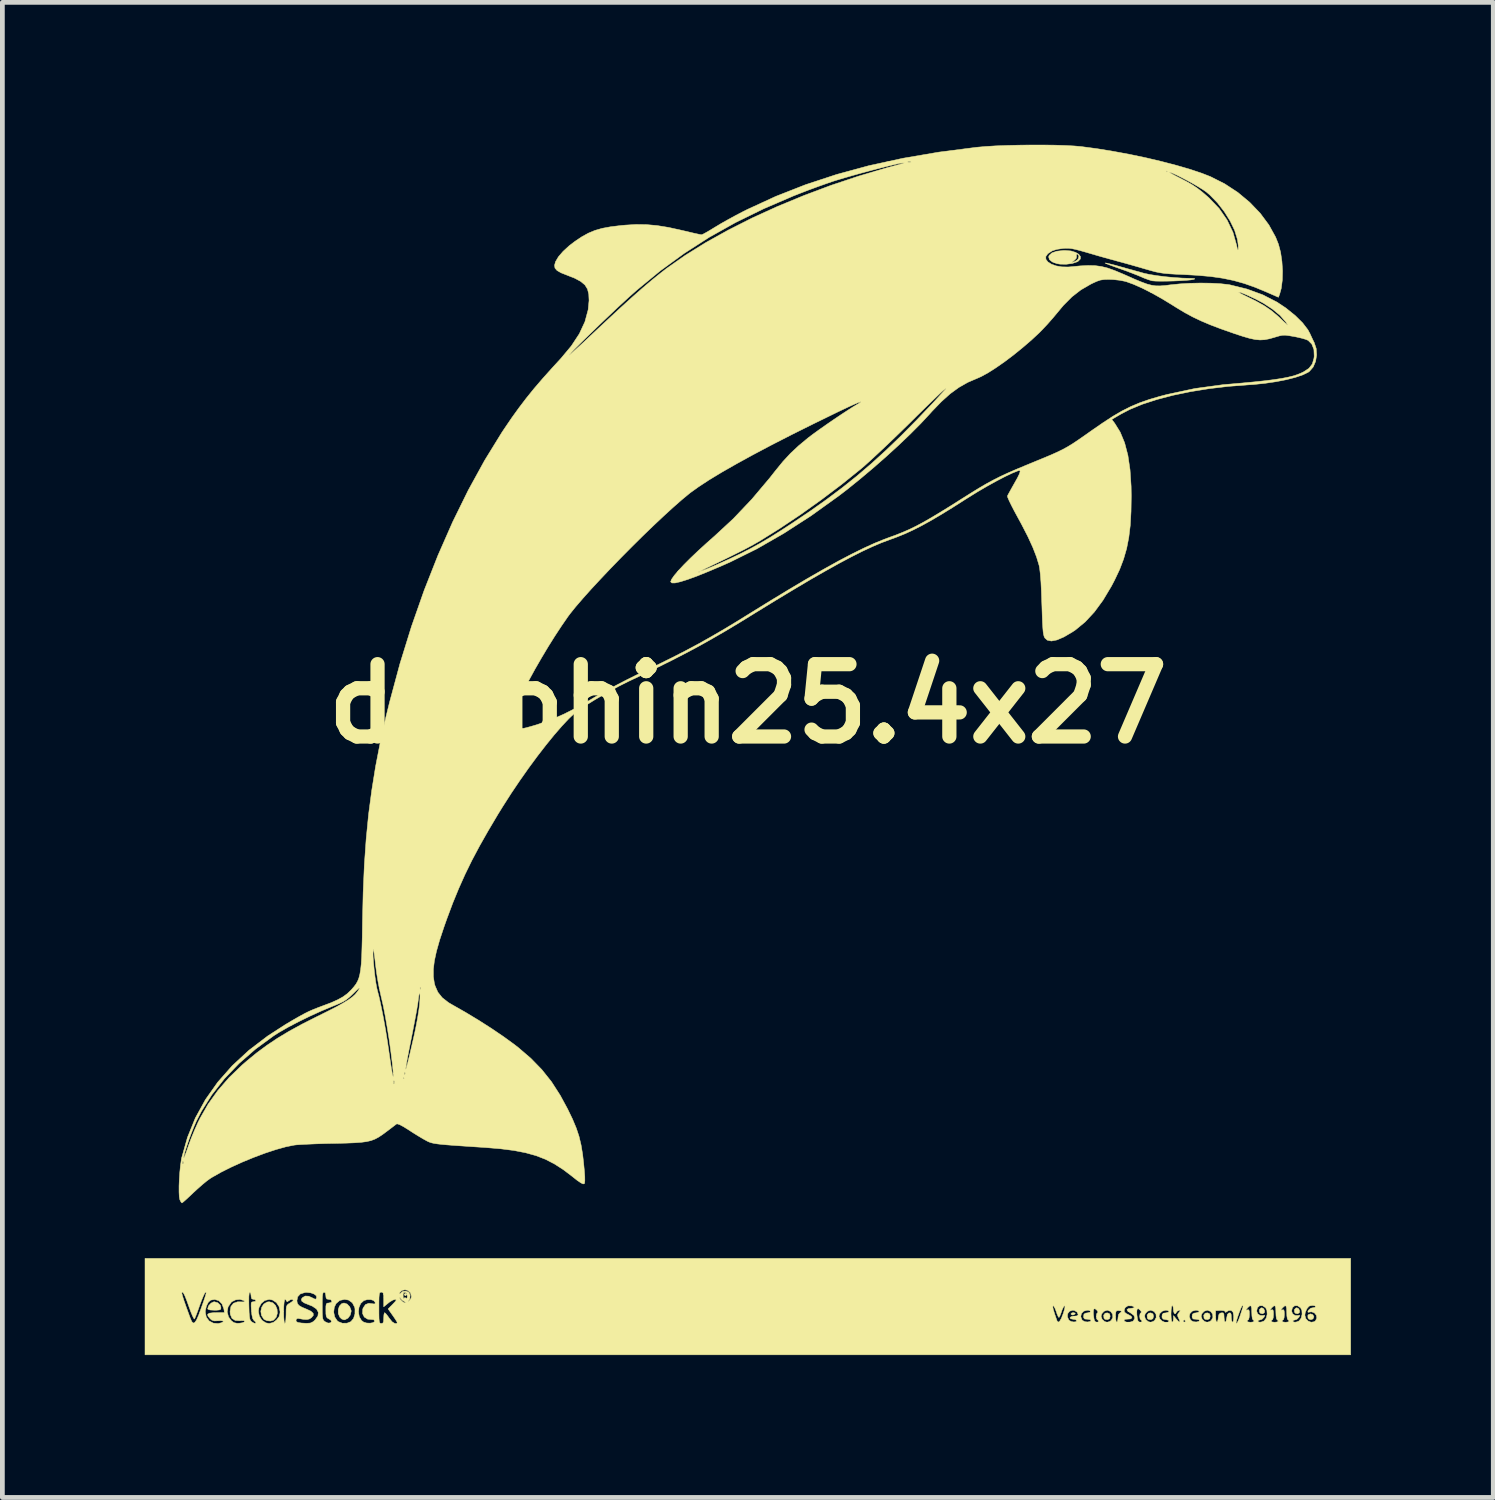
<source format=kicad_pcb>
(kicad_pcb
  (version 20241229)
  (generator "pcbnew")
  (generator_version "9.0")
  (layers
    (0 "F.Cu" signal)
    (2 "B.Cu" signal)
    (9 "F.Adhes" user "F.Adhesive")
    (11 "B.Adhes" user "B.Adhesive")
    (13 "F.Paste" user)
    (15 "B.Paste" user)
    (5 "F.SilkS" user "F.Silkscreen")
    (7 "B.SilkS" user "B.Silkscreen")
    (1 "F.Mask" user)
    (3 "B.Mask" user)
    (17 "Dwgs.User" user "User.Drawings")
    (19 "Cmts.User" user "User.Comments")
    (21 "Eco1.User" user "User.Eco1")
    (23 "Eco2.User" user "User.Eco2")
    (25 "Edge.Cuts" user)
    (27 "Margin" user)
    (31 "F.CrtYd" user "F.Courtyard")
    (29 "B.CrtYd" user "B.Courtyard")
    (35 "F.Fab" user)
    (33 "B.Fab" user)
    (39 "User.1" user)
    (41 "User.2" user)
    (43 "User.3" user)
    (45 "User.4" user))
  (footprint "dolphin25.4x27"
    (layer "F.Cu")
    (at 12.705 11.777)
    (property "Reference" "dolphin25.4x27" (at 0 0 0) (layer "F.SilkS") (effects (font (size 1.524 1.524) (thickness 0.3))))
    (attr through_hole)
    (fp_poly (pts (xy -7.189 12.44) (xy -7.188 12.446) (xy -7.208 12.471) (xy -7.214 12.471) (xy -7.238 12.452) (xy -7.239 12.446) (xy -7.22 12.421) (xy -7.214 12.421) (xy -7.189 12.44)) (stroke (width 0.01) (type solid)) (fill yes) (layer "F.SilkS"))
    (fp_poly (pts (xy 6.895 12.837) (xy 6.896 12.852) (xy 6.859 12.876) (xy 6.844 12.878) (xy 6.811 12.864) (xy 6.807 12.852) (xy 6.829 12.832) (xy 6.859 12.827) (xy 6.895 12.837)) (stroke (width 0.01) (type solid)) (fill yes) (layer "F.SilkS"))
    (fp_poly (pts (xy 7.621 12.853) (xy 7.633 12.903) (xy 7.619 12.956) (xy 7.575 12.975) (xy 7.522 12.966) (xy 7.503 12.943) (xy 7.497 12.88) (xy 7.528 12.839) (xy 7.575 12.832) (xy 7.621 12.853)) (stroke (width 0.01) (type solid)) (fill yes) (layer "F.SilkS"))
    (fp_poly (pts (xy 8.535 12.853) (xy 8.547 12.903) (xy 8.533 12.956) (xy 8.49 12.975) (xy 8.436 12.966) (xy 8.417 12.943) (xy 8.412 12.88) (xy 8.442 12.839) (xy 8.49 12.832) (xy 8.535 12.853)) (stroke (width 0.01) (type solid)) (fill yes) (layer "F.SilkS"))
    (fp_poly (pts (xy 9.729 12.853) (xy 9.741 12.903) (xy 9.727 12.956) (xy 9.684 12.975) (xy 9.63 12.966) (xy 9.611 12.943) (xy 9.605 12.88) (xy 9.636 12.839) (xy 9.684 12.832) (xy 9.729 12.853)) (stroke (width 0.01) (type solid)) (fill yes) (layer "F.SilkS"))
    (fp_poly (pts (xy 10.868 12.746) (xy 10.888 12.791) (xy 10.882 12.829) (xy 10.845 12.851) (xy 10.8 12.841) (xy 10.779 12.816) (xy 10.778 12.762) (xy 10.812 12.729) (xy 10.832 12.725) (xy 10.868 12.746)) (stroke (width 0.01) (type solid)) (fill yes) (layer "F.SilkS"))
    (fp_poly (pts (xy 11.605 12.746) (xy 11.625 12.791) (xy 11.619 12.829) (xy 11.582 12.851) (xy 11.537 12.841) (xy 11.516 12.816) (xy 11.515 12.762) (xy 11.549 12.729) (xy 11.568 12.725) (xy 11.605 12.746)) (stroke (width 0.01) (type solid)) (fill yes) (layer "F.SilkS"))
    (fp_poly (pts (xy 11.901 12.869) (xy 11.925 12.91) (xy 11.925 12.916) (xy 11.906 12.959) (xy 11.863 12.976) (xy 11.819 12.963) (xy 11.801 12.938) (xy 11.798 12.89) (xy 11.807 12.871) (xy 11.854 12.853) (xy 11.901 12.869)) (stroke (width 0.01) (type solid)) (fill yes) (layer "F.SilkS"))
    (fp_poly (pts (xy -11.167 12.619) (xy -11.115 12.671) (xy -11.1 12.727) (xy -11.106 12.756) (xy -11.134 12.77) (xy -11.195 12.776) (xy -11.239 12.776) (xy -11.33 12.771) (xy -11.373 12.756) (xy -11.379 12.744) (xy -11.359 12.682) (xy -11.309 12.627) (xy -11.25 12.599) (xy -11.24 12.598) (xy -11.167 12.619)) (stroke (width 0.01) (type solid)) (fill yes) (layer "F.SilkS"))
    (fp_poly (pts (xy -8.442 12.646) (xy -8.387 12.704) (xy -8.358 12.779) (xy -8.357 12.802) (xy -8.376 12.879) (xy -8.424 12.943) (xy -8.489 12.977) (xy -8.508 12.979) (xy -8.558 12.96) (xy -8.596 12.923) (xy -8.628 12.847) (xy -8.629 12.764) (xy -8.605 12.69) (xy -8.558 12.639) (xy -8.508 12.624) (xy -8.442 12.646)) (stroke (width 0.01) (type solid)) (fill yes) (layer "F.SilkS"))
    (fp_poly (pts (xy -10.007 12.62) (xy -9.951 12.676) (xy -9.918 12.754) (xy -9.912 12.84) (xy -9.935 12.922) (xy -9.991 12.985) (xy -9.992 12.985) (xy -10.056 13.004) (xy -10.133 12.996) (xy -10.194 12.967) (xy -10.196 12.965) (xy -10.246 12.887) (xy -10.26 12.799) (xy -10.242 12.714) (xy -10.197 12.645) (xy -10.127 12.604) (xy -10.084 12.598) (xy -10.007 12.62)) (stroke (width 0.01) (type solid)) (fill yes) (layer "F.SilkS"))
    (fp_poly (pts (xy 6.808 -9.54) (xy 6.903 -9.511) (xy 6.972 -9.47) (xy 7.007 -9.422) (xy 7.005 -9.371) (xy 6.959 -9.323) (xy 6.938 -9.311) (xy 6.836 -9.277) (xy 6.709 -9.26) (xy 6.579 -9.262) (xy 6.512 -9.273) (xy 6.443 -9.298) (xy 6.82 -9.298) (xy 6.878 -9.313) (xy 6.935 -9.345) (xy 6.962 -9.376) (xy 6.975 -9.431) (xy 6.956 -9.468) (xy 6.933 -9.474) (xy 6.921 -9.455) (xy 6.926 -9.433) (xy 6.919 -9.385) (xy 6.881 -9.345) (xy 6.82 -9.298) (xy 6.443 -9.298) (xy 6.414 -9.309) (xy 6.354 -9.358) (xy 6.338 -9.414) (xy 6.347 -9.444) (xy 6.404 -9.498) (xy 6.506 -9.534) (xy 6.647 -9.55) (xy 6.69 -9.55) (xy 6.808 -9.54)) (stroke (width 0.01) (type solid)) (fill yes) (layer "F.SilkS"))
    (fp_poly (pts (xy 7.553 -9.284) (xy 7.619 -9.269) (xy 7.715 -9.245) (xy 7.832 -9.213) (xy 7.863 -9.204) (xy 8.003 -9.165) (xy 8.143 -9.126) (xy 8.266 -9.092) (xy 8.356 -9.067) (xy 8.357 -9.067) (xy 8.472 -9.043) (xy 8.623 -9.019) (xy 8.797 -8.997) (xy 8.979 -8.98) (xy 9.154 -8.968) (xy 9.285 -8.964) (xy 9.373 -8.962) (xy 9.414 -8.957) (xy 9.412 -8.948) (xy 9.391 -8.941) (xy 9.331 -8.93) (xy 9.232 -8.921) (xy 9.107 -8.913) (xy 8.968 -8.907) (xy 8.827 -8.904) (xy 8.697 -8.903) (xy 8.591 -8.905) (xy 8.519 -8.911) (xy 8.509 -8.913) (xy 8.435 -8.936) (xy 8.342 -8.971) (xy 8.28 -8.998) (xy 8.201 -9.031) (xy 8.088 -9.075) (xy 7.958 -9.124) (xy 7.829 -9.17) (xy 7.714 -9.211) (xy 7.619 -9.246) (xy 7.554 -9.272) (xy 7.526 -9.286) (xy 7.526 -9.287) (xy 7.553 -9.284)) (stroke (width 0.01) (type solid)) (fill yes) (layer "F.SilkS"))
    (fp_poly (pts (xy 12.7 13.716) (xy -12.7 13.716) (xy -12.7 12.399) (xy -11.925 12.399) (xy -11.924 12.422) (xy -11.909 12.48) (xy -11.878 12.577) (xy -11.83 12.714) (xy -11.764 12.895) (xy -11.744 12.949) (xy -11.714 13.017) (xy -11.683 13.047) (xy -11.651 13.035) (xy -11.614 12.98) (xy -11.57 12.88) (xy -11.549 12.822) (xy -11.43 12.822) (xy -11.408 12.924) (xy -11.349 13.002) (xy -11.262 13.048) (xy -11.16 13.057) (xy -11.089 13.04) (xy -11.051 13.018) (xy -11.057 13.002) (xy -11.103 12.995) (xy -11.16 12.998) (xy -11.24 13.001) (xy -11.293 12.984) (xy -11.325 12.957) (xy -11.373 12.9) (xy -11.38 12.861) (xy -11.343 12.838) (xy -11.26 12.828) (xy -11.202 12.827) (xy -11.025 12.827) (xy -11.028 12.812) (xy -10.969 12.812) (xy -10.94 12.918) (xy -10.883 12.996) (xy -10.827 13.038) (xy -10.761 13.052) (xy -10.714 13.051) (xy -10.646 13.04) (xy -10.604 13.021) (xy -10.599 13.014) (xy -10.613 12.997) (xy -10.671 12.995) (xy -10.699 12.998) (xy -10.8 12.991) (xy -10.868 12.947) (xy -10.903 12.863) (xy -10.908 12.802) (xy -10.89 12.698) (xy -10.837 12.63) (xy -10.766 12.605) (xy -10.513 12.605) (xy -10.511 12.689) (xy -10.507 12.819) (xy -10.5 12.907) (xy -10.491 12.963) (xy -10.476 12.997) (xy -10.454 13.019) (xy -10.454 13.02) (xy -10.399 13.051) (xy -10.367 13.051) (xy -10.363 13.039) (xy -10.381 13.013) (xy -10.404 12.993) (xy -10.431 12.952) (xy -10.449 12.871) (xy -10.456 12.802) (xy -10.312 12.802) (xy -10.291 12.904) (xy -10.236 12.988) (xy -10.155 13.042) (xy -10.084 13.056) (xy -9.996 13.033) (xy -9.929 12.981) (xy -9.876 12.913) (xy -9.856 12.836) (xy -9.855 12.802) (xy -9.779 12.802) (xy -9.777 12.92) (xy -9.77 13.005) (xy -9.759 13.05) (xy -9.754 13.056) (xy -9.741 13.032) (xy -9.734 12.984) (xy -9.519 12.984) (xy -9.514 13.014) (xy -9.478 13.034) (xy -9.405 13.046) (xy -9.301 13.052) (xy -9.218 13.047) (xy -9.157 13.018) (xy -9.117 12.981) (xy -9.058 12.899) (xy -9.048 12.821) (xy -9.087 12.75) (xy -9.174 12.691) (xy -9.186 12.686) (xy -8.966 12.686) (xy -8.966 12.812) (xy -8.962 12.897) (xy -8.955 12.952) (xy -8.942 12.985) (xy -8.921 13.007) (xy -8.909 13.017) (xy -8.844 13.047) (xy -8.792 13.042) (xy -8.771 13.016) (xy -8.784 12.986) (xy -8.826 12.959) (xy -8.862 12.938) (xy -8.881 12.906) (xy -8.889 12.85) (xy -8.889 12.817) (xy -8.725 12.817) (xy -8.703 12.919) (xy -8.649 13) (xy -8.628 13.017) (xy -8.542 13.05) (xy -8.444 13.049) (xy -8.363 13.017) (xy -8.307 12.95) (xy -8.277 12.854) (xy -8.277 12.819) (xy -8.203 12.819) (xy -8.185 12.915) (xy -8.139 12.992) (xy -8.093 13.027) (xy -8.029 13.046) (xy -7.957 13.049) (xy -7.897 13.038) (xy -7.863 13.014) (xy -7.861 13.005) (xy -7.882 12.975) (xy -7.912 12.973) (xy -8.01 12.964) (xy -8.081 12.919) (xy -8.117 12.846) (xy -8.113 12.754) (xy -8.103 12.726) (xy -8.102 12.725) (xy -7.772 12.725) (xy -7.772 12.86) (xy -7.77 12.952) (xy -7.765 13.01) (xy -7.756 13.041) (xy -7.741 13.053) (xy -7.722 13.056) (xy -7.69 13.048) (xy -7.675 13.017) (xy -7.671 12.95) (xy -7.671 12.941) (xy -7.667 12.873) (xy -7.657 12.833) (xy -7.652 12.828) (xy -7.628 12.847) (xy -7.588 12.897) (xy -7.556 12.942) (xy -7.495 13.019) (xy -7.441 13.053) (xy -7.422 13.056) (xy -7.393 13.053) (xy -7.387 13.043) (xy 10.287 13.043) (xy 10.294 13.058) (xy 10.314 13.033) (xy 10.341 12.976) (xy 10.371 12.895) (xy 10.376 12.878) (xy 10.403 12.796) (xy 10.413 12.767) (xy 10.495 12.767) (xy 10.499 12.776) (xy 10.522 12.769) (xy 10.549 12.766) (xy 10.563 12.79) (xy 10.566 12.853) (xy 10.566 12.866) (xy 10.561 12.934) (xy 10.548 12.974) (xy 10.541 12.979) (xy 10.516 12.999) (xy 10.516 13.005) (xy 10.538 13.023) (xy 10.591 13.03) (xy 10.592 13.03) (xy 10.645 13.023) (xy 10.668 13.005) (xy 10.668 13.005) (xy 10.649 12.98) (xy 10.643 12.979) (xy 10.629 12.956) (xy 10.62 12.896) (xy 10.617 12.827) (xy 10.616 12.793) (xy 10.719 12.793) (xy 10.741 12.851) (xy 10.793 12.887) (xy 10.856 12.888) (xy 10.86 12.887) (xy 10.888 12.88) (xy 10.884 12.904) (xy 10.873 12.925) (xy 10.832 12.967) (xy 10.794 12.979) (xy 10.753 12.99) (xy 10.744 13.005) (xy 10.764 13.026) (xy 10.81 13.027) (xy 10.865 13.008) (xy 10.88 12.998) (xy 10.922 12.941) (xy 10.941 12.86) (xy 10.935 12.778) (xy 10.93 12.767) (xy 11.003 12.767) (xy 11.007 12.776) (xy 11.03 12.769) (xy 11.057 12.766) (xy 11.071 12.79) (xy 11.074 12.853) (xy 11.074 12.866) (xy 11.069 12.934) (xy 11.056 12.974) (xy 11.049 12.979) (xy 11.024 12.999) (xy 11.024 13.005) (xy 11.046 13.023) (xy 11.099 13.03) (xy 11.1 13.03) (xy 11.153 13.023) (xy 11.176 13.005) (xy 11.176 13.005) (xy 11.157 12.98) (xy 11.151 12.979) (xy 11.137 12.956) (xy 11.128 12.896) (xy 11.125 12.827) (xy 11.123 12.767) (xy 11.232 12.767) (xy 11.235 12.776) (xy 11.259 12.769) (xy 11.286 12.766) (xy 11.299 12.79) (xy 11.303 12.853) (xy 11.303 12.866) (xy 11.298 12.934) (xy 11.285 12.974) (xy 11.278 12.979) (xy 11.253 12.999) (xy 11.252 13.005) (xy 11.274 13.023) (xy 11.327 13.03) (xy 11.328 13.03) (xy 11.382 13.023) (xy 11.405 13.005) (xy 11.405 13.005) (xy 11.385 12.98) (xy 11.379 12.979) (xy 11.366 12.956) (xy 11.356 12.896) (xy 11.354 12.827) (xy 11.353 12.793) (xy 11.455 12.793) (xy 11.477 12.851) (xy 11.529 12.887) (xy 11.593 12.888) (xy 11.596 12.887) (xy 11.625 12.88) (xy 11.621 12.904) (xy 11.61 12.925) (xy 11.568 12.967) (xy 11.531 12.979) (xy 11.49 12.99) (xy 11.481 13.005) (xy 11.501 13.026) (xy 11.547 13.027) (xy 11.601 13.008) (xy 11.616 12.998) (xy 11.658 12.941) (xy 11.672 12.88) (xy 11.735 12.88) (xy 11.754 12.952) (xy 11.803 13.004) (xy 11.867 13.029) (xy 11.931 13.019) (xy 11.958 13) (xy 11.987 12.942) (xy 11.977 12.882) (xy 11.938 12.833) (xy 11.879 12.81) (xy 11.844 12.813) (xy 11.802 12.82) (xy 11.799 12.801) (xy 11.811 12.777) (xy 11.859 12.734) (xy 11.901 12.725) (xy 11.948 12.717) (xy 11.963 12.7) (xy 11.942 12.681) (xy 11.895 12.676) (xy 11.842 12.684) (xy 11.821 12.694) (xy 11.777 12.746) (xy 11.744 12.821) (xy 11.735 12.88) (xy 11.672 12.88) (xy 11.677 12.86) (xy 11.672 12.778) (xy 11.645 12.725) (xy 11.582 12.682) (xy 11.52 12.682) (xy 11.474 12.721) (xy 11.455 12.793) (xy 11.353 12.793) (xy 11.35 12.733) (xy 11.338 12.687) (xy 11.313 12.683) (xy 11.272 12.719) (xy 11.262 12.73) (xy 11.232 12.767) (xy 11.123 12.767) (xy 11.122 12.733) (xy 11.109 12.687) (xy 11.084 12.683) (xy 11.043 12.719) (xy 11.034 12.73) (xy 11.003 12.767) (xy 10.93 12.767) (xy 10.909 12.725) (xy 10.845 12.682) (xy 10.783 12.682) (xy 10.737 12.721) (xy 10.719 12.793) (xy 10.616 12.793) (xy 10.614 12.733) (xy 10.601 12.687) (xy 10.576 12.683) (xy 10.535 12.719) (xy 10.526 12.73) (xy 10.495 12.767) (xy 10.413 12.767) (xy 10.424 12.732) (xy 10.433 12.706) (xy 10.43 12.678) (xy 10.422 12.675) (xy 10.405 12.697) (xy 10.38 12.753) (xy 10.35 12.829) (xy 10.321 12.912) (xy 10.298 12.986) (xy 10.287 13.037) (xy 10.287 13.043) (xy -7.387 13.043) (xy -7.385 13.04) (xy -7.4 13.007) (xy -7.44 12.946) (xy -7.47 12.902) (xy -7.578 12.749) (xy -7.526 12.696) (xy 6.423 12.696) (xy 6.434 12.756) (xy 6.466 12.861) (xy 6.515 13.001) (xy 6.539 13.028) (xy 6.57 13.008) (xy 6.608 12.942) (xy 6.618 12.914) (xy 6.732 12.914) (xy 6.762 12.981) (xy 6.772 12.992) (xy 6.815 13.015) (xy 6.867 13.024) (xy 6.912 13.019) (xy 6.929 12.998) (xy 6.929 12.993) (xy 6.901 12.974) (xy 6.86 12.968) (xy 6.802 12.956) (xy 6.787 12.933) (xy 6.813 12.911) (xy 6.816 12.911) (xy 7.014 12.911) (xy 7.039 12.977) (xy 7.052 12.992) (xy 7.1 13.018) (xy 7.161 13.024) (xy 7.213 13.012) (xy 7.231 12.992) (xy 7.215 12.975) (xy 7.164 12.967) (xy 7.157 12.966) (xy 7.099 12.961) (xy 7.077 12.936) (xy 7.074 12.903) (xy 7.082 12.858) (xy 7.118 12.837) (xy 7.157 12.832) (xy 7.212 12.817) (xy 7.221 12.798) (xy 7.279 12.798) (xy 7.281 12.87) (xy 7.292 12.951) (xy 7.304 12.998) (xy 7.329 13.024) (xy 7.367 13.029) (xy 7.391 13.011) (xy 7.391 13.005) (xy 7.372 12.98) (xy 7.366 12.979) (xy 7.348 12.957) (xy 7.341 12.904) (xy 7.341 12.903) (xy 7.442 12.903) (xy 7.464 12.967) (xy 7.517 13.015) (xy 7.569 13.03) (xy 7.625 13.013) (xy 7.656 12.99) (xy 7.69 12.927) (xy 7.688 12.906) (xy 7.747 12.906) (xy 7.752 12.978) (xy 7.764 13.023) (xy 7.772 13.03) (xy 7.789 13.008) (xy 7.792 12.989) (xy 7.925 12.989) (xy 7.942 13.013) (xy 7.985 13.029) (xy 8.049 13.027) (xy 8.107 13.011) (xy 8.123 13) (xy 8.153 12.943) (xy 8.135 12.887) (xy 8.071 12.838) (xy 8.064 12.834) (xy 8.007 12.798) (xy 8.194 12.798) (xy 8.196 12.87) (xy 8.207 12.951) (xy 8.218 12.998) (xy 8.244 13.024) (xy 8.281 13.029) (xy 8.305 13.011) (xy 8.306 13.005) (xy 8.286 12.98) (xy 8.28 12.979) (xy 8.263 12.957) (xy 8.255 12.904) (xy 8.255 12.903) (xy 8.357 12.903) (xy 8.379 12.967) (xy 8.432 13.015) (xy 8.484 13.03) (xy 8.539 13.013) (xy 8.571 12.99) (xy 8.604 12.927) (xy 8.602 12.903) (xy 8.661 12.903) (xy 8.681 12.959) (xy 8.727 13.004) (xy 8.787 13.031) (xy 8.843 13.031) (xy 8.876 13.006) (xy 8.865 12.988) (xy 8.817 12.976) (xy 8.808 12.975) (xy 8.75 12.963) (xy 8.727 12.933) (xy 8.725 12.903) (xy 8.733 12.858) (xy 8.743 12.852) (xy 8.915 12.852) (xy 8.915 12.852) (xy 8.919 12.944) (xy 8.928 13.007) (xy 8.941 13.03) (xy 8.941 13.03) (xy 8.96 13.008) (xy 8.967 12.96) (xy 8.968 12.89) (xy 9.025 12.96) (xy 9.075 13.014) (xy 9.101 13.027) (xy 9.101 13.005) (xy 9.169 13.005) (xy 9.189 13.029) (xy 9.195 13.03) (xy 9.219 13.011) (xy 9.22 13.005) (xy 9.201 12.98) (xy 9.195 12.979) (xy 9.17 12.999) (xy 9.169 13.005) (xy 9.101 13.005) (xy 9.101 13) (xy 9.079 12.952) (xy 9.061 12.911) (xy 9.3 12.911) (xy 9.325 12.977) (xy 9.338 12.992) (xy 9.386 13.018) (xy 9.447 13.024) (xy 9.499 13.012) (xy 9.517 12.992) (xy 9.501 12.975) (xy 9.45 12.967) (xy 9.443 12.966) (xy 9.385 12.961) (xy 9.363 12.936) (xy 9.36 12.903) (xy 9.55 12.903) (xy 9.572 12.967) (xy 9.625 13.015) (xy 9.677 13.03) (xy 9.733 13.013) (xy 9.764 12.99) (xy 9.798 12.927) (xy 9.792 12.86) (xy 9.754 12.804) (xy 9.708 12.785) (xy 9.855 12.785) (xy 9.855 12.907) (xy 9.861 12.986) (xy 9.875 13.025) (xy 9.892 13.02) (xy 9.907 12.969) (xy 9.911 12.935) (xy 9.923 12.869) (xy 9.949 12.839) (xy 9.976 12.832) (xy 10.012 12.832) (xy 10.029 12.856) (xy 10.033 12.916) (xy 10.033 12.927) (xy 10.04 13) (xy 10.056 13.028) (xy 10.075 13.008) (xy 10.088 12.94) (xy 10.089 12.935) (xy 10.104 12.863) (xy 10.137 12.833) (xy 10.141 12.832) (xy 10.17 12.835) (xy 10.183 12.868) (xy 10.185 12.927) (xy 10.191 12.991) (xy 10.205 13.027) (xy 10.211 13.03) (xy 10.227 13.008) (xy 10.235 12.955) (xy 10.235 12.888) (xy 10.224 12.827) (xy 10.221 12.816) (xy 10.185 12.782) (xy 10.131 12.781) (xy 10.089 12.807) (xy 10.064 12.824) (xy 10.058 12.807) (xy 10.035 12.787) (xy 9.969 12.78) (xy 9.957 12.781) (xy 9.855 12.785) (xy 9.708 12.785) (xy 9.69 12.777) (xy 9.677 12.776) (xy 9.614 12.798) (xy 9.565 12.851) (xy 9.55 12.903) (xy 9.36 12.903) (xy 9.368 12.858) (xy 9.404 12.837) (xy 9.443 12.832) (xy 9.498 12.817) (xy 9.508 12.796) (xy 9.473 12.779) (xy 9.436 12.776) (xy 9.362 12.796) (xy 9.314 12.846) (xy 9.3 12.911) (xy 9.061 12.911) (xy 9.054 12.896) (xy 9.056 12.86) (xy 9.083 12.825) (xy 9.11 12.789) (xy 9.102 12.777) (xy 9.087 12.776) (xy 9.044 12.797) (xy 9.033 12.814) (xy 9.008 12.851) (xy 8.984 12.843) (xy 8.968 12.796) (xy 8.966 12.764) (xy 8.96 12.705) (xy 8.944 12.675) (xy 8.941 12.675) (xy 8.928 12.698) (xy 8.919 12.761) (xy 8.915 12.852) (xy 8.743 12.852) (xy 8.769 12.837) (xy 8.808 12.832) (xy 8.863 12.817) (xy 8.873 12.796) (xy 8.838 12.779) (xy 8.801 12.776) (xy 8.73 12.797) (xy 8.677 12.848) (xy 8.661 12.903) (xy 8.602 12.903) (xy 8.599 12.86) (xy 8.56 12.804) (xy 8.496 12.777) (xy 8.484 12.776) (xy 8.42 12.798) (xy 8.371 12.851) (xy 8.357 12.903) (xy 8.255 12.903) (xy 8.263 12.85) (xy 8.284 12.827) (xy 8.284 12.827) (xy 8.292 12.812) (xy 8.267 12.776) (xy 8.227 12.743) (xy 8.202 12.754) (xy 8.202 12.754) (xy 8.194 12.798) (xy 8.007 12.798) (xy 8.003 12.795) (xy 7.987 12.763) (xy 8.017 12.742) (xy 8.059 12.737) (xy 8.122 12.729) (xy 8.142 12.713) (xy 8.116 12.693) (xy 8.089 12.685) (xy 8.007 12.683) (xy 7.95 12.72) (xy 7.929 12.773) (xy 7.935 12.816) (xy 7.976 12.849) (xy 8.014 12.867) (xy 8.076 12.903) (xy 8.092 12.936) (xy 8.063 12.959) (xy 8.005 12.963) (xy 7.942 12.968) (xy 7.925 12.989) (xy 7.792 12.989) (xy 7.798 12.953) (xy 7.798 12.941) (xy 7.809 12.868) (xy 7.836 12.836) (xy 7.871 12.812) (xy 7.861 12.791) (xy 7.811 12.783) (xy 7.772 12.787) (xy 7.754 12.808) (xy 7.748 12.86) (xy 7.747 12.906) (xy 7.688 12.906) (xy 7.684 12.86) (xy 7.646 12.804) (xy 7.582 12.777) (xy 7.569 12.776) (xy 7.505 12.798) (xy 7.457 12.851) (xy 7.442 12.903) (xy 7.341 12.903) (xy 7.349 12.85) (xy 7.37 12.827) (xy 7.37 12.827) (xy 7.377 12.812) (xy 7.353 12.776) (xy 7.313 12.743) (xy 7.288 12.754) (xy 7.288 12.754) (xy 7.279 12.798) (xy 7.221 12.798) (xy 7.222 12.796) (xy 7.187 12.779) (xy 7.15 12.776) (xy 7.076 12.796) (xy 7.028 12.846) (xy 7.014 12.911) (xy 6.816 12.911) (xy 6.869 12.903) (xy 6.935 12.895) (xy 6.96 12.871) (xy 6.96 12.87) (xy 6.937 12.816) (xy 6.882 12.782) (xy 6.845 12.776) (xy 6.779 12.797) (xy 6.739 12.848) (xy 6.732 12.914) (xy 6.618 12.914) (xy 6.646 12.843) (xy 6.674 12.749) (xy 6.683 12.694) (xy 6.673 12.681) (xy 6.649 12.709) (xy 6.62 12.77) (xy 6.607 12.81) (xy 6.582 12.878) (xy 6.561 12.921) (xy 6.553 12.929) (xy 6.537 12.907) (xy 6.513 12.851) (xy 6.5 12.81) (xy 6.473 12.739) (xy 6.445 12.691) (xy 6.433 12.681) (xy 6.423 12.696) (xy -7.526 12.696) (xy -7.479 12.648) (xy -7.426 12.591) (xy -7.407 12.56) (xy -7.418 12.549) (xy -7.431 12.548) (xy -7.48 12.563) (xy -7.546 12.602) (xy -7.576 12.626) (xy -7.671 12.704) (xy -7.671 12.549) (xy -7.672 12.507) (xy -7.34 12.507) (xy -7.321 12.551) (xy -7.277 12.595) (xy -7.228 12.621) (xy -7.216 12.622) (xy -7.199 12.615) (xy -7.23 12.598) (xy -7.287 12.561) (xy -7.312 12.53) (xy -7.333 12.503) (xy -7.34 12.507) (xy -7.672 12.507) (xy -7.672 12.476) (xy -7.262 12.476) (xy -7.258 12.523) (xy -7.249 12.532) (xy -7.247 12.527) (xy -7.224 12.509) (xy -7.204 12.52) (xy -7.181 12.526) (xy -7.174 12.488) (xy -7.174 12.477) (xy -7.191 12.418) (xy -7.22 12.4) (xy -7.251 12.404) (xy -7.262 12.442) (xy -7.262 12.476) (xy -7.672 12.476) (xy -7.673 12.464) (xy -7.678 12.432) (xy -7.34 12.432) (xy -7.329 12.436) (xy -7.313 12.414) (xy -7.267 12.378) (xy -7.203 12.372) (xy -7.145 12.398) (xy -7.142 12.4) (xy -7.115 12.459) (xy -7.12 12.53) (xy -7.144 12.573) (xy -7.162 12.596) (xy -7.145 12.586) (xy -7.131 12.575) (xy -7.095 12.524) (xy -7.087 12.483) (xy -7.109 12.409) (xy -7.166 12.358) (xy -7.223 12.344) (xy -7.287 12.361) (xy -7.331 12.4) (xy -7.34 12.432) (xy -7.678 12.432) (xy -7.681 12.417) (xy -7.699 12.398) (xy -7.722 12.395) (xy -7.742 12.398) (xy -7.757 12.412) (xy -7.765 12.445) (xy -7.77 12.505) (xy -7.772 12.6) (xy -7.772 12.725) (xy -8.102 12.725) (xy -8.055 12.656) (xy -7.985 12.63) (xy -7.912 12.639) (xy -7.864 12.646) (xy -7.85 12.628) (xy -7.853 12.608) (xy -7.882 12.572) (xy -7.943 12.552) (xy -8.018 12.552) (xy -8.089 12.573) (xy -8.091 12.574) (xy -8.156 12.634) (xy -8.193 12.721) (xy -8.203 12.819) (xy -8.277 12.819) (xy -8.276 12.749) (xy -8.283 12.713) (xy -8.332 12.619) (xy -8.412 12.562) (xy -8.496 12.548) (xy -8.598 12.57) (xy -8.674 12.635) (xy -8.712 12.713) (xy -8.725 12.817) (xy -8.889 12.817) (xy -8.89 12.777) (xy -8.889 12.692) (xy -8.881 12.646) (xy -8.863 12.628) (xy -8.829 12.624) (xy -8.826 12.624) (xy -8.775 12.611) (xy -8.763 12.586) (xy -8.785 12.555) (xy -8.826 12.548) (xy -8.872 12.539) (xy -8.888 12.505) (xy -8.89 12.471) (xy -8.901 12.411) (xy -8.928 12.395) (xy -8.945 12.403) (xy -8.956 12.432) (xy -8.963 12.489) (xy -8.966 12.584) (xy -8.966 12.686) (xy -9.186 12.686) (xy -9.244 12.663) (xy -9.345 12.622) (xy -9.398 12.584) (xy -9.406 12.544) (xy -9.384 12.512) (xy -9.325 12.477) (xy -9.253 12.481) (xy -9.186 12.51) (xy -9.13 12.538) (xy -9.104 12.544) (xy -9.091 12.527) (xy -9.084 12.51) (xy -9.092 12.47) (xy -9.138 12.435) (xy -9.208 12.41) (xy -9.291 12.401) (xy -9.331 12.403) (xy -9.428 12.433) (xy -9.483 12.492) (xy -9.5 12.575) (xy -9.491 12.63) (xy -9.459 12.674) (xy -9.394 12.713) (xy -9.305 12.75) (xy -9.206 12.796) (xy -9.157 12.841) (xy -9.155 12.887) (xy -9.194 12.933) (xy -9.237 12.96) (xy -9.287 12.972) (xy -9.358 12.969) (xy -9.462 12.951) (xy -9.481 12.947) (xy -9.51 12.963) (xy -9.519 12.984) (xy -9.734 12.984) (xy -9.732 12.968) (xy -9.728 12.874) (xy -9.728 12.864) (xy -9.727 12.766) (xy -9.721 12.705) (xy -9.706 12.669) (xy -9.678 12.644) (xy -9.652 12.629) (xy -9.601 12.595) (xy -9.576 12.569) (xy -9.576 12.567) (xy -9.594 12.549) (xy -9.635 12.554) (xy -9.675 12.579) (xy -9.706 12.598) (xy -9.721 12.579) (xy -9.741 12.544) (xy -9.758 12.556) (xy -9.77 12.614) (xy -9.778 12.713) (xy -9.779 12.802) (xy -9.855 12.802) (xy -9.876 12.699) (xy -9.932 12.615) (xy -10.013 12.561) (xy -10.084 12.548) (xy -10.176 12.571) (xy -10.252 12.633) (xy -10.3 12.723) (xy -10.312 12.802) (xy -10.456 12.802) (xy -10.459 12.781) (xy -10.464 12.686) (xy -10.463 12.632) (xy -10.453 12.606) (xy -10.431 12.599) (xy -10.417 12.598) (xy -10.374 12.588) (xy -10.363 12.573) (xy -10.384 12.552) (xy -10.414 12.548) (xy -10.451 12.536) (xy -10.464 12.491) (xy -10.465 12.471) (xy -10.473 12.418) (xy -10.492 12.395) (xy -10.492 12.395) (xy -10.505 12.418) (xy -10.512 12.487) (xy -10.513 12.605) (xy -10.766 12.605) (xy -10.754 12.6) (xy -10.72 12.599) (xy -10.638 12.601) (xy -10.6 12.597) (xy -10.6 12.586) (xy -10.617 12.573) (xy -10.698 12.548) (xy -10.79 12.557) (xy -10.871 12.597) (xy -10.884 12.609) (xy -10.95 12.706) (xy -10.969 12.812) (xy -11.028 12.812) (xy -11.04 12.744) (xy -11.079 12.642) (xy -11.145 12.575) (xy -11.23 12.549) (xy -11.315 12.563) (xy -11.365 12.606) (xy -11.405 12.684) (xy -11.428 12.78) (xy -11.43 12.822) (xy -11.549 12.822) (xy -11.532 12.776) (xy -11.481 12.633) (xy -11.446 12.532) (xy -11.424 12.464) (xy -11.413 12.423) (xy -11.412 12.403) (xy -11.419 12.396) (xy -11.426 12.395) (xy -11.443 12.418) (xy -11.472 12.479) (xy -11.509 12.569) (xy -11.546 12.668) (xy -11.585 12.779) (xy -11.62 12.872) (xy -11.646 12.936) (xy -11.659 12.962) (xy -11.673 12.947) (xy -11.7 12.894) (xy -11.735 12.809) (xy -11.772 12.708) (xy -11.821 12.57) (xy -11.859 12.475) (xy -11.887 12.419) (xy -11.908 12.395) (xy -11.925 12.399) (xy -12.7 12.399) (xy -12.7 11.684) (xy 12.7 11.684) (xy 12.7 13.716)) (stroke (width 0.01) (type solid)) (fill yes) (layer "F.SilkS"))
    (fp_poly (pts (xy 6.224 -11.772) (xy 6.467 -11.769) (xy 6.687 -11.762) (xy 6.877 -11.752) (xy 7.023 -11.739) (xy 7.354 -11.695) (xy 7.697 -11.639) (xy 8.044 -11.575) (xy 8.387 -11.503) (xy 8.717 -11.425) (xy 9.028 -11.344) (xy 9.311 -11.262) (xy 9.559 -11.179) (xy 9.746 -11.106) (xy 10.044 -10.956) (xy 10.322 -10.774) (xy 10.573 -10.565) (xy 10.794 -10.335) (xy 10.977 -10.089) (xy 11.119 -9.832) (xy 11.179 -9.682) (xy 11.224 -9.512) (xy 11.252 -9.32) (xy 11.265 -9.12) (xy 11.26 -8.926) (xy 11.238 -8.753) (xy 11.204 -8.63) (xy 11.179 -8.564) (xy 10.93 -8.673) (xy 10.687 -8.774) (xy 10.458 -8.855) (xy 10.233 -8.918) (xy 10 -8.966) (xy 9.748 -9.002) (xy 9.466 -9.027) (xy 9.195 -9.042) (xy 9.019 -9.05) (xy 8.883 -9.058) (xy 8.774 -9.068) (xy 8.681 -9.081) (xy 8.593 -9.099) (xy 8.498 -9.124) (xy 8.384 -9.157) (xy 8.382 -9.157) (xy 8.228 -9.202) (xy 8.06 -9.25) (xy 7.899 -9.295) (xy 7.794 -9.323) (xy 7.664 -9.359) (xy 7.504 -9.403) (xy 7.335 -9.451) (xy 7.175 -9.498) (xy 7.162 -9.502) (xy 7.014 -9.544) (xy 6.903 -9.573) (xy 6.818 -9.59) (xy 6.748 -9.597) (xy 6.68 -9.596) (xy 6.639 -9.593) (xy 6.509 -9.574) (xy 6.413 -9.543) (xy 6.335 -9.493) (xy 6.318 -9.48) (xy 6.277 -9.421) (xy 6.28 -9.363) (xy 6.321 -9.309) (xy 6.395 -9.262) (xy 6.494 -9.226) (xy 6.613 -9.205) (xy 6.745 -9.202) (xy 6.788 -9.205) (xy 6.997 -9.225) (xy 7.167 -9.234) (xy 7.313 -9.231) (xy 7.447 -9.213) (xy 7.581 -9.18) (xy 7.727 -9.128) (xy 7.899 -9.056) (xy 7.977 -9.022) (xy 8.154 -8.943) (xy 8.295 -8.885) (xy 8.409 -8.843) (xy 8.506 -8.818) (xy 8.595 -8.805) (xy 8.687 -8.804) (xy 8.791 -8.812) (xy 8.901 -8.826) (xy 9.098 -8.846) (xy 9.314 -8.859) (xy 9.537 -8.864) (xy 9.753 -8.861) (xy 9.95 -8.851) (xy 10.113 -8.833) (xy 10.157 -8.826) (xy 10.514 -8.738) (xy 10.846 -8.617) (xy 11.145 -8.464) (xy 11.335 -8.338) (xy 11.532 -8.179) (xy 11.687 -8.026) (xy 11.799 -7.88) (xy 11.843 -7.798) (xy 11.882 -7.713) (xy 11.919 -7.635) (xy 11.931 -7.613) (xy 11.974 -7.485) (xy 11.983 -7.347) (xy 11.961 -7.213) (xy 11.91 -7.094) (xy 11.832 -7.004) (xy 11.806 -6.985) (xy 11.691 -6.929) (xy 11.533 -6.876) (xy 11.341 -6.827) (xy 11.124 -6.785) (xy 10.892 -6.751) (xy 10.651 -6.726) (xy 10.541 -6.719) (xy 10.124 -6.687) (xy 9.718 -6.639) (xy 9.328 -6.576) (xy 8.96 -6.5) (xy 8.621 -6.411) (xy 8.315 -6.312) (xy 8.049 -6.202) (xy 7.864 -6.106) (xy 7.667 -5.991) (xy 7.729 -5.91) (xy 7.845 -5.723) (xy 7.938 -5.498) (xy 8.007 -5.234) (xy 8.052 -4.929) (xy 8.075 -4.58) (xy 8.078 -4.379) (xy 8.073 -4.05) (xy 8.057 -3.761) (xy 8.026 -3.504) (xy 7.98 -3.269) (xy 7.916 -3.048) (xy 7.833 -2.83) (xy 7.727 -2.606) (xy 7.66 -2.478) (xy 7.483 -2.182) (xy 7.3 -1.933) (xy 7.107 -1.725) (xy 6.902 -1.556) (xy 6.836 -1.512) (xy 6.659 -1.408) (xy 6.513 -1.345) (xy 6.396 -1.322) (xy 6.309 -1.34) (xy 6.257 -1.387) (xy 6.243 -1.415) (xy 6.232 -1.455) (xy 6.222 -1.513) (xy 6.215 -1.596) (xy 6.208 -1.71) (xy 6.202 -1.861) (xy 6.196 -2.055) (xy 6.194 -2.105) (xy 6.185 -2.361) (xy 6.175 -2.568) (xy 6.162 -2.731) (xy 6.148 -2.851) (xy 6.136 -2.916) (xy 6.082 -3.094) (xy 6.004 -3.295) (xy 5.899 -3.524) (xy 5.764 -3.786) (xy 5.685 -3.931) (xy 5.613 -4.064) (xy 5.552 -4.182) (xy 5.505 -4.279) (xy 5.476 -4.346) (xy 5.469 -4.377) (xy 5.486 -4.412) (xy 5.523 -4.479) (xy 5.573 -4.569) (xy 5.611 -4.636) (xy 5.679 -4.757) (xy 5.72 -4.841) (xy 5.737 -4.892) (xy 5.73 -4.914) (xy 5.701 -4.912) (xy 5.696 -4.91) (xy 5.574 -4.861) (xy 5.418 -4.787) (xy 5.238 -4.693) (xy 5.043 -4.585) (xy 4.839 -4.466) (xy 4.638 -4.341) (xy 4.593 -4.313) (xy 4.315 -4.136) (xy 4.071 -3.986) (xy 3.855 -3.859) (xy 3.661 -3.752) (xy 3.482 -3.661) (xy 3.311 -3.582) (xy 3.142 -3.514) (xy 2.985 -3.456) (xy 2.811 -3.391) (xy 2.621 -3.31) (xy 2.411 -3.212) (xy 2.179 -3.095) (xy 1.921 -2.958) (xy 1.636 -2.799) (xy 1.32 -2.618) (xy 0.971 -2.411) (xy 0.586 -2.179) (xy 0.162 -1.919) (xy 0.127 -1.897) (xy -0.19 -1.702) (xy -0.482 -1.527) (xy -0.759 -1.367) (xy -1.03 -1.215) (xy -1.305 -1.068) (xy -1.592 -0.92) (xy -1.9 -0.767) (xy -2.24 -0.602) (xy -2.502 -0.478) (xy -2.72 -0.369) (xy -2.964 -0.236) (xy -3.221 -0.086) (xy -3.478 0.073) (xy -3.536 0.11) (xy -3.644 0.193) (xy -3.773 0.315) (xy -3.92 0.472) (xy -4.082 0.659) (xy -4.255 0.872) (xy -4.436 1.106) (xy -4.621 1.357) (xy -4.806 1.62) (xy -4.988 1.89) (xy -5.163 2.164) (xy -5.262 2.324) (xy -5.471 2.676) (xy -5.654 2.999) (xy -5.815 3.302) (xy -5.959 3.597) (xy -6.091 3.892) (xy -6.217 4.199) (xy -6.34 4.528) (xy -6.402 4.703) (xy -6.493 4.977) (xy -6.56 5.214) (xy -6.604 5.417) (xy -6.625 5.593) (xy -6.625 5.748) (xy -6.604 5.888) (xy -6.59 5.939) (xy -6.531 6.075) (xy -6.439 6.191) (xy -6.306 6.295) (xy -6.226 6.342) (xy -5.95 6.499) (xy -5.67 6.668) (xy -5.398 6.842) (xy -5.146 7.013) (xy -4.923 7.175) (xy -4.839 7.24) (xy -4.572 7.469) (xy -4.341 7.706) (xy -4.137 7.962) (xy -3.953 8.248) (xy -3.798 8.534) (xy -3.694 8.749) (xy -3.615 8.938) (xy -3.556 9.115) (xy -3.513 9.296) (xy -3.48 9.496) (xy -3.46 9.671) (xy -3.444 9.839) (xy -3.435 9.963) (xy -3.434 10.047) (xy -3.439 10.095) (xy -3.447 10.112) (xy -3.472 10.115) (xy -3.519 10.092) (xy -3.594 10.041) (xy -3.7 9.957) (xy -3.888 9.814) (xy -4.072 9.696) (xy -4.26 9.598) (xy -4.461 9.52) (xy -4.68 9.459) (xy -4.927 9.411) (xy -5.209 9.375) (xy -5.532 9.348) (xy -5.55 9.347) (xy -5.813 9.33) (xy -6.03 9.315) (xy -6.206 9.303) (xy -6.347 9.292) (xy -6.458 9.282) (xy -6.543 9.272) (xy -6.608 9.262) (xy -6.658 9.251) (xy -6.697 9.239) (xy -6.732 9.225) (xy -6.766 9.208) (xy -6.769 9.206) (xy -6.845 9.164) (xy -6.947 9.103) (xy -7.06 9.033) (xy -7.133 8.985) (xy -7.253 8.91) (xy -7.337 8.865) (xy -7.388 8.85) (xy -7.402 8.853) (xy -7.436 8.879) (xy -7.499 8.927) (xy -7.579 8.988) (xy -7.61 9.011) (xy -7.699 9.077) (xy -7.779 9.13) (xy -7.856 9.171) (xy -7.938 9.202) (xy -8.033 9.224) (xy -8.147 9.239) (xy -8.289 9.249) (xy -8.465 9.256) (xy -8.683 9.261) (xy -8.725 9.261) (xy -8.914 9.265) (xy -9.096 9.271) (xy -9.262 9.278) (xy -9.402 9.285) (xy -9.508 9.292) (xy -9.559 9.298) (xy -9.732 9.333) (xy -9.937 9.39) (xy -10.165 9.465) (xy -10.406 9.555) (xy -10.649 9.655) (xy -10.883 9.761) (xy -11.099 9.869) (xy -11.286 9.975) (xy -11.324 9.999) (xy -11.398 10.052) (xy -11.494 10.131) (xy -11.598 10.223) (xy -11.682 10.3) (xy -11.769 10.383) (xy -11.843 10.451) (xy -11.897 10.498) (xy -11.922 10.516) (xy -11.922 10.516) (xy -11.943 10.495) (xy -11.967 10.446) (xy -11.978 10.385) (xy -11.983 10.286) (xy -11.983 10.159) (xy -11.977 10.016) (xy -11.967 9.869) (xy -11.953 9.73) (xy -11.943 9.663) (xy -11.911 9.663) (xy -11.906 9.696) (xy -11.897 9.696) (xy -11.891 9.662) (xy -11.895 9.647) (xy -11.907 9.638) (xy -11.911 9.663) (xy -11.943 9.663) (xy -11.936 9.609) (xy -11.928 9.57) (xy -11.887 9.57) (xy -11.879 9.564) (xy -11.859 9.518) (xy -11.829 9.438) (xy -11.792 9.333) (xy -11.786 9.314) (xy -11.729 9.16) (xy -11.658 8.987) (xy -11.584 8.821) (xy -11.54 8.732) (xy -11.368 8.431) (xy -11.166 8.149) (xy -11.016 7.976) (xy -7.464 7.976) (xy -7.46 8.012) (xy -7.451 8.007) (xy -7.447 7.955) (xy -7.451 7.944) (xy -7.46 7.941) (xy -7.464 7.976) (xy -11.016 7.976) (xy -10.938 7.887) (xy -7.264 7.887) (xy -7.252 7.899) (xy -7.239 7.887) (xy -7.252 7.874) (xy -7.264 7.887) (xy -10.938 7.887) (xy -10.93 7.877) (xy -10.652 7.609) (xy -10.556 7.526) (xy -10.347 7.354) (xy -10.135 7.197) (xy -9.911 7.047) (xy -9.667 6.9) (xy -9.393 6.75) (xy -9.079 6.591) (xy -9.05 6.577) (xy -8.835 6.47) (xy -8.661 6.381) (xy -8.524 6.304) (xy -8.416 6.238) (xy -8.334 6.179) (xy -8.272 6.122) (xy -8.225 6.065) (xy -8.194 6.018) (xy -8.18 5.988) (xy -8.193 5.99) (xy -8.235 6.027) (xy -8.308 6.099) (xy -8.385 6.173) (xy -8.453 6.229) (xy -8.526 6.275) (xy -8.618 6.319) (xy -8.744 6.371) (xy -8.75 6.373) (xy -8.986 6.472) (xy -9.228 6.582) (xy -9.465 6.698) (xy -9.685 6.813) (xy -9.877 6.923) (xy -9.987 6.993) (xy -10.371 7.274) (xy -10.718 7.576) (xy -11.027 7.898) (xy -11.292 8.236) (xy -11.513 8.586) (xy -11.62 8.795) (xy -11.67 8.91) (xy -11.722 9.041) (xy -11.773 9.178) (xy -11.818 9.31) (xy -11.855 9.427) (xy -11.879 9.518) (xy -11.887 9.57) (xy -11.928 9.57) (xy -11.927 9.564) (xy -11.806 9.136) (xy -11.64 8.727) (xy -11.427 8.339) (xy -11.168 7.972) (xy -10.863 7.626) (xy -10.513 7.302) (xy -10.117 7) (xy -9.741 6.757) (xy -9.579 6.661) (xy -9.45 6.587) (xy -9.344 6.529) (xy -9.252 6.483) (xy -9.163 6.444) (xy -9.068 6.406) (xy -8.959 6.365) (xy -8.778 6.297) (xy -8.638 6.234) (xy -8.528 6.173) (xy -8.438 6.107) (xy -8.359 6.031) (xy -8.347 6.018) (xy -8.298 5.961) (xy -8.256 5.906) (xy -8.222 5.847) (xy -8.195 5.78) (xy -8.174 5.7) (xy -8.157 5.6) (xy -8.144 5.477) (xy -8.135 5.325) (xy -8.132 5.232) (xy -7.897 5.232) (xy -7.895 5.33) (xy -7.886 5.459) (xy -7.872 5.604) (xy -7.855 5.751) (xy -7.836 5.883) (xy -7.817 5.988) (xy -7.808 6.026) (xy -7.767 6.185) (xy -7.724 6.385) (xy -7.678 6.615) (xy -7.633 6.866) (xy -7.591 7.128) (xy -7.554 7.381) (xy -7.529 7.553) (xy -7.508 7.689) (xy -7.49 7.786) (xy -7.477 7.843) (xy -7.47 7.858) (xy -7.468 7.83) (xy -7.471 7.783) (xy -7.237 7.783) (xy -7.232 7.816) (xy -7.224 7.816) (xy -7.218 7.782) (xy -7.222 7.768) (xy -7.233 7.758) (xy -7.237 7.783) (xy -7.471 7.783) (xy -7.472 7.755) (xy -7.477 7.705) (xy -7.209 7.705) (xy -7.201 7.691) (xy -7.183 7.63) (xy -7.155 7.52) (xy -7.117 7.363) (xy -7.069 7.157) (xy -7.023 6.956) (xy -6.99 6.796) (xy -6.959 6.631) (xy -6.934 6.477) (xy -6.917 6.35) (xy -6.914 6.316) (xy -6.907 6.202) (xy -6.906 6.125) (xy -6.911 6.09) (xy -6.92 6.099) (xy -6.932 6.153) (xy -6.945 6.254) (xy -6.955 6.324) (xy -6.973 6.434) (xy -6.999 6.577) (xy -7.03 6.741) (xy -7.064 6.919) (xy -7.088 7.039) (xy -7.134 7.27) (xy -7.169 7.452) (xy -7.193 7.585) (xy -7.206 7.669) (xy -7.209 7.705) (xy -7.477 7.705) (xy -7.484 7.633) (xy -7.492 7.56) (xy -7.522 7.319) (xy -7.557 7.068) (xy -7.597 6.818) (xy -7.638 6.581) (xy -7.679 6.37) (xy -7.719 6.195) (xy -7.724 6.174) (xy -7.757 6.027) (xy -7.764 5.994) (xy -6.909 5.994) (xy -6.9 6.015) (xy -6.892 6.011) (xy -6.889 5.981) (xy -6.892 5.977) (xy -6.907 5.981) (xy -6.909 5.994) (xy -7.764 5.994) (xy -7.791 5.852) (xy -7.82 5.674) (xy -7.838 5.537) (xy -7.857 5.375) (xy -7.872 5.26) (xy -7.883 5.192) (xy -7.89 5.167) (xy -7.895 5.183) (xy -7.897 5.232) (xy -8.132 5.232) (xy -8.129 5.138) (xy -8.123 4.912) (xy -8.119 4.642) (xy -8.118 4.585) (xy -8.104 3.97) (xy -8.079 3.395) (xy -8.041 2.852) (xy -7.99 2.331) (xy -7.923 1.823) (xy -7.842 1.319) (xy -7.743 0.809) (xy -7.651 0.397) (xy -4.942 0.397) (xy -4.919 0.466) (xy -4.915 0.474) (xy -4.881 0.515) (xy -4.84 0.53) (xy -4.772 0.526) (xy -4.765 0.525) (xy -4.697 0.511) (xy -4.596 0.485) (xy -4.476 0.45) (xy -4.381 0.419) (xy -4.13 0.329) (xy -3.878 0.219) (xy -3.613 0.085) (xy -3.326 -0.079) (xy -3.226 -0.139) (xy -3.097 -0.215) (xy -2.933 -0.305) (xy -2.746 -0.404) (xy -2.549 -0.506) (xy -2.352 -0.604) (xy -2.235 -0.66) (xy -1.893 -0.825) (xy -1.588 -0.976) (xy -1.308 -1.119) (xy -1.044 -1.26) (xy -0.786 -1.405) (xy -0.522 -1.558) (xy -0.242 -1.727) (xy 0.025 -1.892) (xy 0.473 -2.169) (xy 0.882 -2.417) (xy 1.255 -2.638) (xy 1.595 -2.833) (xy 1.903 -3.004) (xy 2.183 -3.151) (xy 2.436 -3.276) (xy 2.666 -3.381) (xy 2.875 -3.466) (xy 2.983 -3.506) (xy 3.131 -3.56) (xy 3.27 -3.616) (xy 3.406 -3.675) (xy 3.545 -3.743) (xy 3.693 -3.822) (xy 3.857 -3.916) (xy 4.044 -4.028) (xy 4.261 -4.162) (xy 4.508 -4.318) (xy 4.705 -4.442) (xy 4.874 -4.546) (xy 5.026 -4.635) (xy 5.17 -4.713) (xy 5.316 -4.787) (xy 5.473 -4.86) (xy 5.652 -4.938) (xy 5.863 -5.026) (xy 6.028 -5.094) (xy 6.225 -5.175) (xy 6.385 -5.242) (xy 6.517 -5.301) (xy 6.632 -5.357) (xy 6.738 -5.415) (xy 6.846 -5.481) (xy 6.965 -5.561) (xy 7.105 -5.658) (xy 7.239 -5.753) (xy 7.478 -5.918) (xy 7.688 -6.055) (xy 7.881 -6.168) (xy 8.066 -6.261) (xy 8.253 -6.34) (xy 8.453 -6.41) (xy 8.674 -6.475) (xy 8.826 -6.515) (xy 9.419 -6.642) (xy 10.013 -6.723) (xy 10.097 -6.73) (xy 10.408 -6.757) (xy 10.673 -6.782) (xy 10.898 -6.806) (xy 11.087 -6.83) (xy 11.244 -6.854) (xy 11.375 -6.879) (xy 11.486 -6.906) (xy 11.579 -6.936) (xy 11.661 -6.97) (xy 11.707 -6.992) (xy 11.821 -7.067) (xy 11.892 -7.159) (xy 11.927 -7.279) (xy 11.932 -7.323) (xy 11.926 -7.464) (xy 11.882 -7.577) (xy 11.804 -7.656) (xy 11.754 -7.677) (xy 11.669 -7.702) (xy 11.564 -7.726) (xy 11.514 -7.736) (xy 11.403 -7.755) (xy 11.326 -7.765) (xy 11.263 -7.764) (xy 11.2 -7.751) (xy 11.117 -7.727) (xy 11.095 -7.72) (xy 10.984 -7.689) (xy 10.886 -7.67) (xy 10.791 -7.665) (xy 10.69 -7.674) (xy 10.572 -7.699) (xy 10.428 -7.741) (xy 10.247 -7.8) (xy 10.223 -7.809) (xy 9.964 -7.9) (xy 9.743 -7.984) (xy 9.55 -8.066) (xy 9.373 -8.15) (xy 9.203 -8.242) (xy 9.027 -8.348) (xy 8.959 -8.391) (xy 8.735 -8.528) (xy 8.517 -8.651) (xy 8.475 -8.672) (xy 10.339 -8.672) (xy 10.367 -8.652) (xy 10.431 -8.618) (xy 10.491 -8.589) (xy 10.703 -8.485) (xy 10.877 -8.387) (xy 11.024 -8.287) (xy 11.155 -8.178) (xy 11.198 -8.139) (xy 11.272 -8.068) (xy 11.332 -8.013) (xy 11.368 -7.981) (xy 11.375 -7.976) (xy 11.367 -7.994) (xy 11.338 -8.038) (xy 11.329 -8.05) (xy 11.212 -8.183) (xy 11.053 -8.315) (xy 10.86 -8.441) (xy 10.706 -8.523) (xy 10.59 -8.577) (xy 10.484 -8.625) (xy 10.4 -8.659) (xy 10.351 -8.675) (xy 10.339 -8.672) (xy 8.475 -8.672) (xy 8.312 -8.755) (xy 8.13 -8.836) (xy 7.976 -8.892) (xy 7.939 -8.902) (xy 7.83 -8.923) (xy 7.701 -8.937) (xy 7.605 -8.941) (xy 7.508 -8.938) (xy 7.43 -8.927) (xy 7.353 -8.901) (xy 7.257 -8.857) (xy 7.223 -8.84) (xy 7.016 -8.72) (xy 6.828 -8.574) (xy 6.648 -8.393) (xy 6.528 -8.249) (xy 6.427 -8.128) (xy 6.311 -7.996) (xy 6.196 -7.874) (xy 6.14 -7.817) (xy 5.97 -7.659) (xy 5.786 -7.501) (xy 5.596 -7.347) (xy 5.406 -7.204) (xy 5.225 -7.078) (xy 5.059 -6.972) (xy 4.916 -6.894) (xy 4.837 -6.859) (xy 4.634 -6.772) (xy 4.446 -6.665) (xy 4.262 -6.531) (xy 4.077 -6.365) (xy 3.88 -6.161) (xy 3.831 -6.106) (xy 3.644 -5.905) (xy 3.423 -5.683) (xy 3.176 -5.447) (xy 2.911 -5.205) (xy 2.636 -4.964) (xy 2.359 -4.731) (xy 2.089 -4.513) (xy 1.918 -4.382) (xy 1.332 -3.961) (xy 0.757 -3.59) (xy 0.191 -3.265) (xy -0.368 -2.988) (xy -0.545 -2.909) (xy -0.83 -2.788) (xy -1.07 -2.691) (xy -1.267 -2.619) (xy -1.42 -2.571) (xy -1.531 -2.546) (xy -1.599 -2.546) (xy -1.625 -2.569) (xy -1.626 -2.573) (xy -1.606 -2.623) (xy -1.551 -2.702) (xy -1.484 -2.781) (xy -1.041 -2.781) (xy -1.029 -2.769) (xy -1.016 -2.781) (xy -1.029 -2.794) (xy -1.041 -2.781) (xy -1.484 -2.781) (xy -1.471 -2.797) (xy -0.995 -2.797) (xy -0.987 -2.795) (xy -0.945 -2.81) (xy -0.872 -2.838) (xy -0.772 -2.88) (xy -0.65 -2.933) (xy -0.641 -2.937) (xy -0.38 -3.054) (xy -0.15 -3.164) (xy 0.061 -3.272) (xy 0.266 -3.385) (xy 0.477 -3.51) (xy 0.705 -3.654) (xy 0.927 -3.799) (xy 1.308 -4.055) (xy 1.659 -4.304) (xy 1.988 -4.551) (xy 2.302 -4.802) (xy 2.609 -5.065) (xy 2.915 -5.344) (xy 3.229 -5.646) (xy 3.557 -5.978) (xy 3.899 -6.337) (xy 4.021 -6.469) (xy 4.109 -6.565) (xy 4.161 -6.625) (xy 4.178 -6.65) (xy 4.16 -6.639) (xy 4.109 -6.594) (xy 4.023 -6.514) (xy 3.904 -6.4) (xy 3.751 -6.251) (xy 3.565 -6.069) (xy 3.404 -5.909) (xy 3.232 -5.741) (xy 3.057 -5.572) (xy 2.885 -5.408) (xy 2.723 -5.256) (xy 2.578 -5.122) (xy 2.457 -5.013) (xy 2.375 -4.943) (xy 1.974 -4.62) (xy 1.546 -4.297) (xy 1.107 -3.984) (xy 0.67 -3.692) (xy 0.292 -3.456) (xy 0.201 -3.402) (xy 0.11 -3.35) (xy 0.013 -3.297) (xy -0.096 -3.24) (xy -0.223 -3.176) (xy -0.375 -3.1) (xy -0.558 -3.011) (xy -0.778 -2.905) (xy -0.889 -2.852) (xy -0.963 -2.815) (xy -0.995 -2.797) (xy -1.471 -2.797) (xy -1.464 -2.805) (xy -1.348 -2.929) (xy -1.206 -3.071) (xy -1.043 -3.226) (xy -0.861 -3.392) (xy -0.699 -3.535) (xy -0.305 -3.9) (xy 0.085 -4.311) (xy 0.466 -4.763) (xy 0.576 -4.903) (xy 0.738 -5.102) (xy 0.897 -5.274) (xy 1.07 -5.436) (xy 1.271 -5.603) (xy 1.37 -5.678) (xy 1.5 -5.772) (xy 1.649 -5.877) (xy 1.807 -5.986) (xy 1.962 -6.09) (xy 2.104 -6.183) (xy 2.221 -6.258) (xy 2.268 -6.286) (xy 2.347 -6.333) (xy 2.382 -6.359) (xy 2.375 -6.363) (xy 2.327 -6.346) (xy 2.239 -6.309) (xy 2.114 -6.252) (xy 1.953 -6.176) (xy 1.89 -6.146) (xy 1.39 -5.902) (xy 0.926 -5.671) (xy 0.498 -5.452) (xy 0.109 -5.246) (xy -0.241 -5.054) (xy -0.549 -4.878) (xy -0.815 -4.717) (xy -1.036 -4.572) (xy -1.212 -4.446) (xy -1.237 -4.426) (xy -1.394 -4.296) (xy -1.576 -4.136) (xy -1.777 -3.952) (xy -1.992 -3.75) (xy -2.217 -3.533) (xy -2.445 -3.307) (xy -2.673 -3.077) (xy -2.895 -2.848) (xy -3.106 -2.625) (xy -3.302 -2.414) (xy -3.477 -2.218) (xy -3.627 -2.044) (xy -3.745 -1.897) (xy -3.789 -1.838) (xy -3.923 -1.644) (xy -4.065 -1.428) (xy -4.209 -1.198) (xy -4.35 -0.962) (xy -4.485 -0.728) (xy -4.608 -0.503) (xy -4.715 -0.296) (xy -4.801 -0.115) (xy -4.86 0.025) (xy -4.913 0.183) (xy -4.94 0.305) (xy -4.942 0.397) (xy -7.651 0.397) (xy -7.626 0.284) (xy -7.545 -0.044) (xy -7.329 -0.845) (xy -7.086 -1.629) (xy -6.819 -2.39) (xy -6.529 -3.125) (xy -6.219 -3.83) (xy -5.89 -4.499) (xy -5.544 -5.129) (xy -5.183 -5.715) (xy -5.125 -5.802) (xy -4.972 -6.027) (xy -4.822 -6.235) (xy -4.669 -6.436) (xy -4.506 -6.638) (xy -4.325 -6.849) (xy -4.119 -7.079) (xy -3.937 -7.277) (xy -3.881 -7.344) (xy -3.77 -7.344) (xy -3.76 -7.349) (xy -3.717 -7.384) (xy -3.647 -7.446) (xy -3.555 -7.53) (xy -3.445 -7.631) (xy -3.376 -7.696) (xy -3.233 -7.831) (xy -3.082 -7.972) (xy -2.934 -8.11) (xy -2.799 -8.235) (xy -2.689 -8.337) (xy -2.68 -8.345) (xy -2.431 -8.571) (xy -2.212 -8.764) (xy -2.016 -8.93) (xy -1.839 -9.073) (xy -1.71 -9.173) (xy -1.321 -9.446) (xy -0.887 -9.716) (xy -0.414 -9.979) (xy 0.092 -10.235) (xy 0.625 -10.478) (xy 1.181 -10.708) (xy 1.752 -10.922) (xy 2.333 -11.116) (xy 2.621 -11.201) (xy 8.878 -11.201) (xy 8.888 -11.191) (xy 8.936 -11.162) (xy 9.013 -11.121) (xy 9.093 -11.08) (xy 9.244 -11.002) (xy 9.363 -10.934) (xy 9.466 -10.865) (xy 9.568 -10.786) (xy 9.684 -10.686) (xy 9.715 -10.658) (xy 9.927 -10.437) (xy 10.096 -10.193) (xy 10.221 -9.931) (xy 10.296 -9.665) (xy 10.313 -9.587) (xy 10.324 -9.558) (xy 10.332 -9.574) (xy 10.333 -9.583) (xy 10.333 -9.647) (xy 10.322 -9.737) (xy 10.312 -9.793) (xy 10.255 -9.977) (xy 10.161 -10.172) (xy 10.038 -10.369) (xy 9.893 -10.555) (xy 9.734 -10.719) (xy 9.658 -10.784) (xy 9.593 -10.829) (xy 9.501 -10.886) (xy 9.39 -10.951) (xy 9.271 -11.017) (xy 9.151 -11.08) (xy 9.042 -11.135) (xy 8.953 -11.176) (xy 8.894 -11.198) (xy 8.878 -11.201) (xy 2.621 -11.201) (xy 2.665 -11.214) (xy 8.814 -11.214) (xy 8.826 -11.201) (xy 8.839 -11.214) (xy 8.826 -11.227) (xy 8.814 -11.214) (xy 2.665 -11.214) (xy 2.918 -11.289) (xy 3.15 -11.351) (xy 3.232 -11.374) (xy 3.285 -11.392) (xy 3.3 -11.401) (xy 3.295 -11.402) (xy 3.251 -11.397) (xy 3.166 -11.379) (xy 3.047 -11.351) (xy 2.901 -11.315) (xy 2.737 -11.273) (xy 2.562 -11.227) (xy 2.383 -11.179) (xy 2.208 -11.13) (xy 2.045 -11.083) (xy 1.9 -11.04) (xy 1.803 -11.01) (xy 1.654 -10.959) (xy 1.474 -10.895) (xy 1.281 -10.824) (xy 1.092 -10.751) (xy 0.969 -10.703) (xy 0.335 -10.43) (xy -0.257 -10.14) (xy -0.814 -9.828) (xy -1.341 -9.489) (xy -1.846 -9.121) (xy -2.336 -8.718) (xy -2.502 -8.571) (xy -2.607 -8.474) (xy -2.73 -8.361) (xy -2.864 -8.234) (xy -3.005 -8.1) (xy -3.148 -7.964) (xy -3.287 -7.829) (xy -3.418 -7.702) (xy -3.536 -7.586) (xy -3.635 -7.487) (xy -3.711 -7.41) (xy -3.758 -7.36) (xy -3.77 -7.344) (xy -3.881 -7.344) (xy -3.719 -7.538) (xy -3.55 -7.795) (xy -3.432 -8.049) (xy -3.364 -8.301) (xy -3.345 -8.496) (xy -3.351 -8.63) (xy -3.378 -8.737) (xy -3.432 -8.824) (xy -3.519 -8.897) (xy -3.645 -8.965) (xy -3.807 -9.029) (xy -3.936 -9.08) (xy -4.019 -9.128) (xy -4.063 -9.179) (xy -4.072 -9.239) (xy -4.051 -9.314) (xy -4.048 -9.32) (xy -3.989 -9.419) (xy -3.892 -9.531) (xy -3.765 -9.648) (xy -3.645 -9.74) (xy -3.499 -9.838) (xy -3.362 -9.914) (xy -3.221 -9.973) (xy -3.067 -10.017) (xy -2.888 -10.05) (xy -2.674 -10.076) (xy -2.586 -10.084) (xy -2.356 -10.098) (xy -2.136 -10.095) (xy -1.912 -10.075) (xy -1.671 -10.036) (xy -1.398 -9.976) (xy -1.372 -9.97) (xy -1.24 -9.939) (xy -1.126 -9.912) (xy -1.037 -9.893) (xy -0.984 -9.882) (xy -0.975 -9.881) (xy -0.943 -9.894) (xy -0.878 -9.929) (xy -0.789 -9.981) (xy -0.686 -10.044) (xy -0.682 -10.046) (xy -0.566 -10.116) (xy -0.419 -10.199) (xy -0.256 -10.288) (xy -0.093 -10.373) (xy -0.013 -10.413) (xy 0.589 -10.69) (xy 1.216 -10.936) (xy 1.869 -11.151) (xy 2.552 -11.337) (xy 2.897 -11.412) (xy 3.369 -11.412) (xy 3.404 -11.409) (xy 3.44 -11.413) (xy 3.435 -11.421) (xy 3.383 -11.425) (xy 3.372 -11.421) (xy 3.369 -11.412) (xy 2.897 -11.412) (xy 3.269 -11.493) (xy 4.024 -11.622) (xy 4.818 -11.724) (xy 4.839 -11.726) (xy 5.013 -11.741) (xy 5.223 -11.754) (xy 5.458 -11.763) (xy 5.71 -11.769) (xy 5.968 -11.772) (xy 6.224 -11.772)) (stroke (width 0.01) (type solid)) (fill yes) (layer "F.SilkS")))
  (gr_rect
    (start -3 -3)
    (end 28.41 28.498)
    (stroke (width 0.1) (type default))
    (fill no)
    (layer "Edge.Cuts")))
</source>
